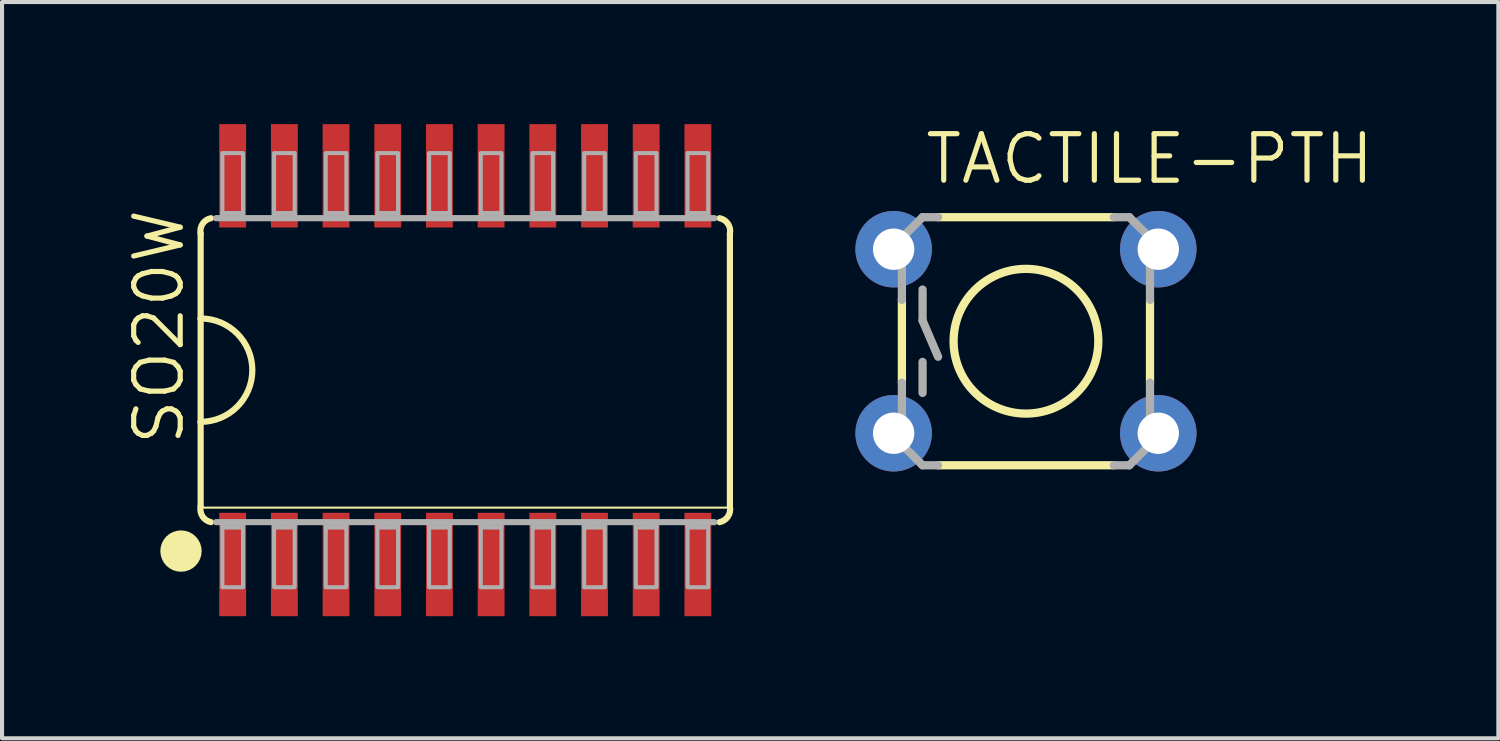
<source format=kicad_pcb>
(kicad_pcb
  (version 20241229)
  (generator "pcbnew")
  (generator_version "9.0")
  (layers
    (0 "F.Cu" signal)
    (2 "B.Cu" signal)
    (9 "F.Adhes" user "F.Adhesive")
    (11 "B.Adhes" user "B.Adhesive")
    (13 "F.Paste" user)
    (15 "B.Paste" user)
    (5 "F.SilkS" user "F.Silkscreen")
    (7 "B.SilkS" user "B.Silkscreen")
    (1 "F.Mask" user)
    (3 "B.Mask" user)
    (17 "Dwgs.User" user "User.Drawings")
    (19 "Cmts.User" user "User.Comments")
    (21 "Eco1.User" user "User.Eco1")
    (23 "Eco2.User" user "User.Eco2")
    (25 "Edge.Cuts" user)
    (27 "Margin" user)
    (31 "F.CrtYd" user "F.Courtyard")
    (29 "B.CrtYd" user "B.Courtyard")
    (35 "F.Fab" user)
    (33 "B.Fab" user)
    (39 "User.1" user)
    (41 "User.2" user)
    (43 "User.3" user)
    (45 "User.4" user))
  (footprint "SO20W"
    (layer "F.Cu")
    (at 8.382 6.045)
    (property "Reference" "SO20W" (at -6.858 1.905 90) (layer "F.SilkS") (effects (font (size 1.143 1.143) (thickness 0.127)) (justify left bottom)))
    (fp_line (start -6.502 -3.353) (end -6.502 -1.27) (stroke (width 0.152) (type solid)) (layer "F.SilkS"))
    (fp_line (start -6.502 -1.27) (end -6.502 1.27) (stroke (width 0.152) (type solid)) (layer "F.SilkS"))
    (fp_line (start -6.502 1.27) (end -6.502 3.353) (stroke (width 0.152) (type solid)) (layer "F.SilkS"))
    (fp_line (start -6.477 3.378) (end 6.477 3.378) (stroke (width 0.051) (type solid)) (layer "F.SilkS"))
    (fp_line (start 6.502 3.353) (end 6.502 -3.353) (stroke (width 0.152) (type solid)) (layer "F.SilkS"))
    (fp_arc (start -6.5024 -3.3528) (mid -6.454308 -3.595905) (end -6.2484 -3.7338) (stroke (width 0.1524) (type solid)) (layer "F.SilkS"))
    (fp_arc (start -6.5024 -1.27) (mid -5.2324 0) (end -6.5024 1.27) (stroke (width 0.1524) (type solid)) (layer "F.SilkS"))
    (fp_arc (start -6.2484 3.7338) (mid -6.454308 3.595905) (end -6.5024 3.3528) (stroke (width 0.1524) (type solid)) (layer "F.SilkS"))
    (fp_arc (start 6.2484 -3.7338) (mid 6.454308 -3.595905) (end 6.5024 -3.3528) (stroke (width 0.1524) (type solid)) (layer "F.SilkS"))
    (fp_arc (start 6.5024 3.3528) (mid 6.454308 3.595905) (end 6.2484 3.7338) (stroke (width 0.1524) (type solid)) (layer "F.SilkS"))
    (fp_circle (center -6.985 4.445) (end -6.731 4.445) (stroke (width 0.508) (type solid)) (fill no) (layer "F.SilkS"))
    (fp_line (start -6.121 3.734) (end 6.121 3.734) (stroke (width 0.152) (type solid)) (layer "F.Fab"))
    (fp_line (start 6.121 -3.734) (end -6.121 -3.734) (stroke (width 0.152) (type solid)) (layer "F.Fab"))
    (fp_poly (pts (xy -5.969 -3.861) (xy -5.461 -3.861) (xy -5.461 -5.334) (xy -5.969 -5.334)) (stroke (width 0.1) (type solid)) (fill no) (layer "F.Fab"))
    (fp_poly (pts (xy -5.969 -3.734) (xy -5.461 -3.734) (xy -5.461 -3.861) (xy -5.969 -3.861)) (stroke (width 0.1) (type solid)) (fill no) (layer "F.Fab"))
    (fp_poly (pts (xy -5.969 3.861) (xy -5.461 3.861) (xy -5.461 3.734) (xy -5.969 3.734)) (stroke (width 0.1) (type solid)) (fill no) (layer "F.Fab"))
    (fp_poly (pts (xy -5.969 5.334) (xy -5.461 5.334) (xy -5.461 3.861) (xy -5.969 3.861)) (stroke (width 0.1) (type solid)) (fill no) (layer "F.Fab"))
    (fp_poly (pts (xy -4.699 -3.861) (xy -4.191 -3.861) (xy -4.191 -5.334) (xy -4.699 -5.334)) (stroke (width 0.1) (type solid)) (fill no) (layer "F.Fab"))
    (fp_poly (pts (xy -4.699 -3.734) (xy -4.191 -3.734) (xy -4.191 -3.861) (xy -4.699 -3.861)) (stroke (width 0.1) (type solid)) (fill no) (layer "F.Fab"))
    (fp_poly (pts (xy -4.699 3.861) (xy -4.191 3.861) (xy -4.191 3.734) (xy -4.699 3.734)) (stroke (width 0.1) (type solid)) (fill no) (layer "F.Fab"))
    (fp_poly (pts (xy -4.699 5.334) (xy -4.191 5.334) (xy -4.191 3.861) (xy -4.699 3.861)) (stroke (width 0.1) (type solid)) (fill no) (layer "F.Fab"))
    (fp_poly (pts (xy -3.429 -3.861) (xy -2.921 -3.861) (xy -2.921 -5.334) (xy -3.429 -5.334)) (stroke (width 0.1) (type solid)) (fill no) (layer "F.Fab"))
    (fp_poly (pts (xy -3.429 -3.734) (xy -2.921 -3.734) (xy -2.921 -3.861) (xy -3.429 -3.861)) (stroke (width 0.1) (type solid)) (fill no) (layer "F.Fab"))
    (fp_poly (pts (xy -3.429 3.861) (xy -2.921 3.861) (xy -2.921 3.734) (xy -3.429 3.734)) (stroke (width 0.1) (type solid)) (fill no) (layer "F.Fab"))
    (fp_poly (pts (xy -3.429 5.334) (xy -2.921 5.334) (xy -2.921 3.861) (xy -3.429 3.861)) (stroke (width 0.1) (type solid)) (fill no) (layer "F.Fab"))
    (fp_poly (pts (xy -2.159 -3.861) (xy -1.651 -3.861) (xy -1.651 -5.334) (xy -2.159 -5.334)) (stroke (width 0.1) (type solid)) (fill no) (layer "F.Fab"))
    (fp_poly (pts (xy -2.159 -3.734) (xy -1.651 -3.734) (xy -1.651 -3.861) (xy -2.159 -3.861)) (stroke (width 0.1) (type solid)) (fill no) (layer "F.Fab"))
    (fp_poly (pts (xy -2.159 3.861) (xy -1.651 3.861) (xy -1.651 3.734) (xy -2.159 3.734)) (stroke (width 0.1) (type solid)) (fill no) (layer "F.Fab"))
    (fp_poly (pts (xy -2.159 5.334) (xy -1.651 5.334) (xy -1.651 3.861) (xy -2.159 3.861)) (stroke (width 0.1) (type solid)) (fill no) (layer "F.Fab"))
    (fp_poly (pts (xy -0.889 -3.861) (xy -0.381 -3.861) (xy -0.381 -5.334) (xy -0.889 -5.334)) (stroke (width 0.1) (type solid)) (fill no) (layer "F.Fab"))
    (fp_poly (pts (xy -0.889 -3.734) (xy -0.381 -3.734) (xy -0.381 -3.861) (xy -0.889 -3.861)) (stroke (width 0.1) (type solid)) (fill no) (layer "F.Fab"))
    (fp_poly (pts (xy -0.889 3.861) (xy -0.381 3.861) (xy -0.381 3.734) (xy -0.889 3.734)) (stroke (width 0.1) (type solid)) (fill no) (layer "F.Fab"))
    (fp_poly (pts (xy -0.889 5.334) (xy -0.381 5.334) (xy -0.381 3.861) (xy -0.889 3.861)) (stroke (width 0.1) (type solid)) (fill no) (layer "F.Fab"))
    (fp_poly (pts (xy 0.381 -3.861) (xy 0.889 -3.861) (xy 0.889 -5.334) (xy 0.381 -5.334)) (stroke (width 0.1) (type solid)) (fill no) (layer "F.Fab"))
    (fp_poly (pts (xy 0.381 -3.734) (xy 0.889 -3.734) (xy 0.889 -3.861) (xy 0.381 -3.861)) (stroke (width 0.1) (type solid)) (fill no) (layer "F.Fab"))
    (fp_poly (pts (xy 0.381 3.861) (xy 0.889 3.861) (xy 0.889 3.734) (xy 0.381 3.734)) (stroke (width 0.1) (type solid)) (fill no) (layer "F.Fab"))
    (fp_poly (pts (xy 0.381 5.334) (xy 0.889 5.334) (xy 0.889 3.861) (xy 0.381 3.861)) (stroke (width 0.1) (type solid)) (fill no) (layer "F.Fab"))
    (fp_poly (pts (xy 1.651 -3.861) (xy 2.159 -3.861) (xy 2.159 -5.334) (xy 1.651 -5.334)) (stroke (width 0.1) (type solid)) (fill no) (layer "F.Fab"))
    (fp_poly (pts (xy 1.651 -3.734) (xy 2.159 -3.734) (xy 2.159 -3.861) (xy 1.651 -3.861)) (stroke (width 0.1) (type solid)) (fill no) (layer "F.Fab"))
    (fp_poly (pts (xy 1.651 3.861) (xy 2.159 3.861) (xy 2.159 3.734) (xy 1.651 3.734)) (stroke (width 0.1) (type solid)) (fill no) (layer "F.Fab"))
    (fp_poly (pts (xy 1.651 5.334) (xy 2.159 5.334) (xy 2.159 3.861) (xy 1.651 3.861)) (stroke (width 0.1) (type solid)) (fill no) (layer "F.Fab"))
    (fp_poly (pts (xy 2.921 -3.861) (xy 3.429 -3.861) (xy 3.429 -5.334) (xy 2.921 -5.334)) (stroke (width 0.1) (type solid)) (fill no) (layer "F.Fab"))
    (fp_poly (pts (xy 2.921 -3.734) (xy 3.429 -3.734) (xy 3.429 -3.861) (xy 2.921 -3.861)) (stroke (width 0.1) (type solid)) (fill no) (layer "F.Fab"))
    (fp_poly (pts (xy 2.921 3.861) (xy 3.429 3.861) (xy 3.429 3.734) (xy 2.921 3.734)) (stroke (width 0.1) (type solid)) (fill no) (layer "F.Fab"))
    (fp_poly (pts (xy 2.921 5.334) (xy 3.429 5.334) (xy 3.429 3.861) (xy 2.921 3.861)) (stroke (width 0.1) (type solid)) (fill no) (layer "F.Fab"))
    (fp_poly (pts (xy 4.191 -3.861) (xy 4.699 -3.861) (xy 4.699 -5.334) (xy 4.191 -5.334)) (stroke (width 0.1) (type solid)) (fill no) (layer "F.Fab"))
    (fp_poly (pts (xy 4.191 -3.734) (xy 4.699 -3.734) (xy 4.699 -3.861) (xy 4.191 -3.861)) (stroke (width 0.1) (type solid)) (fill no) (layer "F.Fab"))
    (fp_poly (pts (xy 4.191 3.861) (xy 4.699 3.861) (xy 4.699 3.734) (xy 4.191 3.734)) (stroke (width 0.1) (type solid)) (fill no) (layer "F.Fab"))
    (fp_poly (pts (xy 4.191 5.334) (xy 4.699 5.334) (xy 4.699 3.861) (xy 4.191 3.861)) (stroke (width 0.1) (type solid)) (fill no) (layer "F.Fab"))
    (fp_poly (pts (xy 5.461 -3.861) (xy 5.969 -3.861) (xy 5.969 -5.334) (xy 5.461 -5.334)) (stroke (width 0.1) (type solid)) (fill no) (layer "F.Fab"))
    (fp_poly (pts (xy 5.461 -3.734) (xy 5.969 -3.734) (xy 5.969 -3.861) (xy 5.461 -3.861)) (stroke (width 0.1) (type solid)) (fill no) (layer "F.Fab"))
    (fp_poly (pts (xy 5.461 3.861) (xy 5.969 3.861) (xy 5.969 3.734) (xy 5.461 3.734)) (stroke (width 0.1) (type solid)) (fill no) (layer "F.Fab"))
    (fp_poly (pts (xy 5.461 5.334) (xy 5.969 5.334) (xy 5.969 3.861) (xy 5.461 3.861)) (stroke (width 0.1) (type solid)) (fill no) (layer "F.Fab"))
    (pad "1" smd rect (at -5.715 4.775) (size 0.66 2.54) (layers "F.Cu" "F.Mask" "F.Paste"))
    (pad "2" smd rect (at -4.445 4.775) (size 0.66 2.54) (layers "F.Cu" "F.Mask" "F.Paste"))
    (pad "3" smd rect (at -3.175 4.775) (size 0.66 2.54) (layers "F.Cu" "F.Mask" "F.Paste"))
    (pad "4" smd rect (at -1.905 4.775) (size 0.66 2.54) (layers "F.Cu" "F.Mask" "F.Paste"))
    (pad "5" smd rect (at -0.635 4.775) (size 0.66 2.54) (layers "F.Cu" "F.Mask" "F.Paste"))
    (pad "6" smd rect (at 0.635 4.775) (size 0.66 2.54) (layers "F.Cu" "F.Mask" "F.Paste"))
    (pad "7" smd rect (at 1.905 4.775) (size 0.66 2.54) (layers "F.Cu" "F.Mask" "F.Paste"))
    (pad "8" smd rect (at 3.175 4.775) (size 0.66 2.54) (layers "F.Cu" "F.Mask" "F.Paste"))
    (pad "9" smd rect (at 4.445 4.775) (size 0.66 2.54) (layers "F.Cu" "F.Mask" "F.Paste"))
    (pad "10" smd rect (at 5.715 4.775) (size 0.66 2.54) (layers "F.Cu" "F.Mask" "F.Paste"))
    (pad "11" smd rect (at 5.715 -4.775) (size 0.66 2.54) (layers "F.Cu" "F.Mask" "F.Paste"))
    (pad "12" smd rect (at 4.445 -4.775) (size 0.66 2.54) (layers "F.Cu" "F.Mask" "F.Paste"))
    (pad "13" smd rect (at 3.175 -4.775) (size 0.66 2.54) (layers "F.Cu" "F.Mask" "F.Paste"))
    (pad "14" smd rect (at 1.905 -4.775) (size 0.66 2.54) (layers "F.Cu" "F.Mask" "F.Paste"))
    (pad "15" smd rect (at 0.635 -4.775) (size 0.66 2.54) (layers "F.Cu" "F.Mask" "F.Paste"))
    (pad "16" smd rect (at -0.635 -4.775) (size 0.66 2.54) (layers "F.Cu" "F.Mask" "F.Paste"))
    (pad "17" smd rect (at -1.905 -4.775) (size 0.66 2.54) (layers "F.Cu" "F.Mask" "F.Paste"))
    (pad "18" smd rect (at -3.175 -4.775) (size 0.66 2.54) (layers "F.Cu" "F.Mask" "F.Paste"))
    (pad "19" smd rect (at -4.445 -4.775) (size 0.66 2.54) (layers "F.Cu" "F.Mask" "F.Paste"))
    (pad "20" smd rect (at -5.715 -4.775) (size 0.66 2.54) (layers "F.Cu" "F.Mask" "F.Paste")))
  (footprint "TACTILE-PTH"
    (layer "F.Cu")
    (at 22.158 5.334)
    (property "Reference" "TACTILE-PTH" (at -2.54 -3.81 0) (layer "F.SilkS") (effects (font (size 1.143 1.143) (thickness 0.127)) (justify left bottom)))
    (fp_line (start -3.048 -1.028) (end -3.048 1.016) (stroke (width 0.203) (type solid)) (layer "F.SilkS"))
    (fp_line (start -2.159 3.048) (end 2.159 3.048) (stroke (width 0.203) (type solid)) (layer "F.SilkS"))
    (fp_line (start 2.159 -3.048) (end -2.159 -3.048) (stroke (width 0.203) (type solid)) (layer "F.SilkS"))
    (fp_line (start 3.048 -0.998) (end 3.048 1.016) (stroke (width 0.203) (type solid)) (layer "F.SilkS"))
    (fp_circle (center 0 0) (end 1.778 0) (stroke (width 0.203) (type solid)) (fill no) (layer "F.SilkS"))
    (fp_line (start -3.048 -2.54) (end -3.048 -1.016) (stroke (width 0.203) (type solid)) (layer "F.Fab"))
    (fp_line (start -3.048 2.54) (end -3.048 1.016) (stroke (width 0.203) (type solid)) (layer "F.Fab"))
    (fp_line (start -2.54 -3.048) (end -3.048 -2.54) (stroke (width 0.203) (type solid)) (layer "F.Fab"))
    (fp_line (start -2.54 -3.048) (end -2.159 -3.048) (stroke (width 0.203) (type solid)) (layer "F.Fab"))
    (fp_line (start -2.54 -1.27) (end -2.54 -0.508) (stroke (width 0.203) (type solid)) (layer "F.Fab"))
    (fp_line (start -2.54 -0.508) (end -2.159 0.381) (stroke (width 0.203) (type solid)) (layer "F.Fab"))
    (fp_line (start -2.54 0.508) (end -2.54 1.27) (stroke (width 0.203) (type solid)) (layer "F.Fab"))
    (fp_line (start -2.54 3.048) (end -3.048 2.54) (stroke (width 0.203) (type solid)) (layer "F.Fab"))
    (fp_line (start -2.54 3.048) (end -2.159 3.048) (stroke (width 0.203) (type solid)) (layer "F.Fab"))
    (fp_line (start 2.54 -3.048) (end 2.159 -3.048) (stroke (width 0.203) (type solid)) (layer "F.Fab"))
    (fp_line (start 2.54 3.048) (end 2.159 3.048) (stroke (width 0.203) (type solid)) (layer "F.Fab"))
    (fp_line (start 2.54 3.048) (end 3.048 2.54) (stroke (width 0.203) (type solid)) (layer "F.Fab"))
    (fp_line (start 3.048 -2.54) (end 2.54 -3.048) (stroke (width 0.203) (type solid)) (layer "F.Fab"))
    (fp_line (start 3.048 -1.016) (end 3.048 -2.54) (stroke (width 0.203) (type solid)) (layer "F.Fab"))
    (fp_line (start 3.048 2.54) (end 3.048 1.016) (stroke (width 0.203) (type solid)) (layer "F.Fab"))
    (pad "1" thru_hole circle (at -3.251 -2.261) (size 1.88 1.88) (drill 1.016) (layers "*.Cu" "*.Mask"))
    (pad "2" thru_hole circle (at 3.251 -2.261) (size 1.88 1.88) (drill 1.016) (layers "*.Cu" "*.Mask"))
    (pad "3" thru_hole circle (at -3.251 2.261) (size 1.88 1.88) (drill 1.016) (layers "*.Cu" "*.Mask"))
    (pad "4" thru_hole circle (at 3.251 2.261) (size 1.88 1.88) (drill 1.016) (layers "*.Cu" "*.Mask")))
  (gr_rect
    (start -3 -3)
    (end 33.765 15.09)
    (stroke (width 0.1) (type default))
    (fill no)
    (layer "Edge.Cuts")))
</source>
